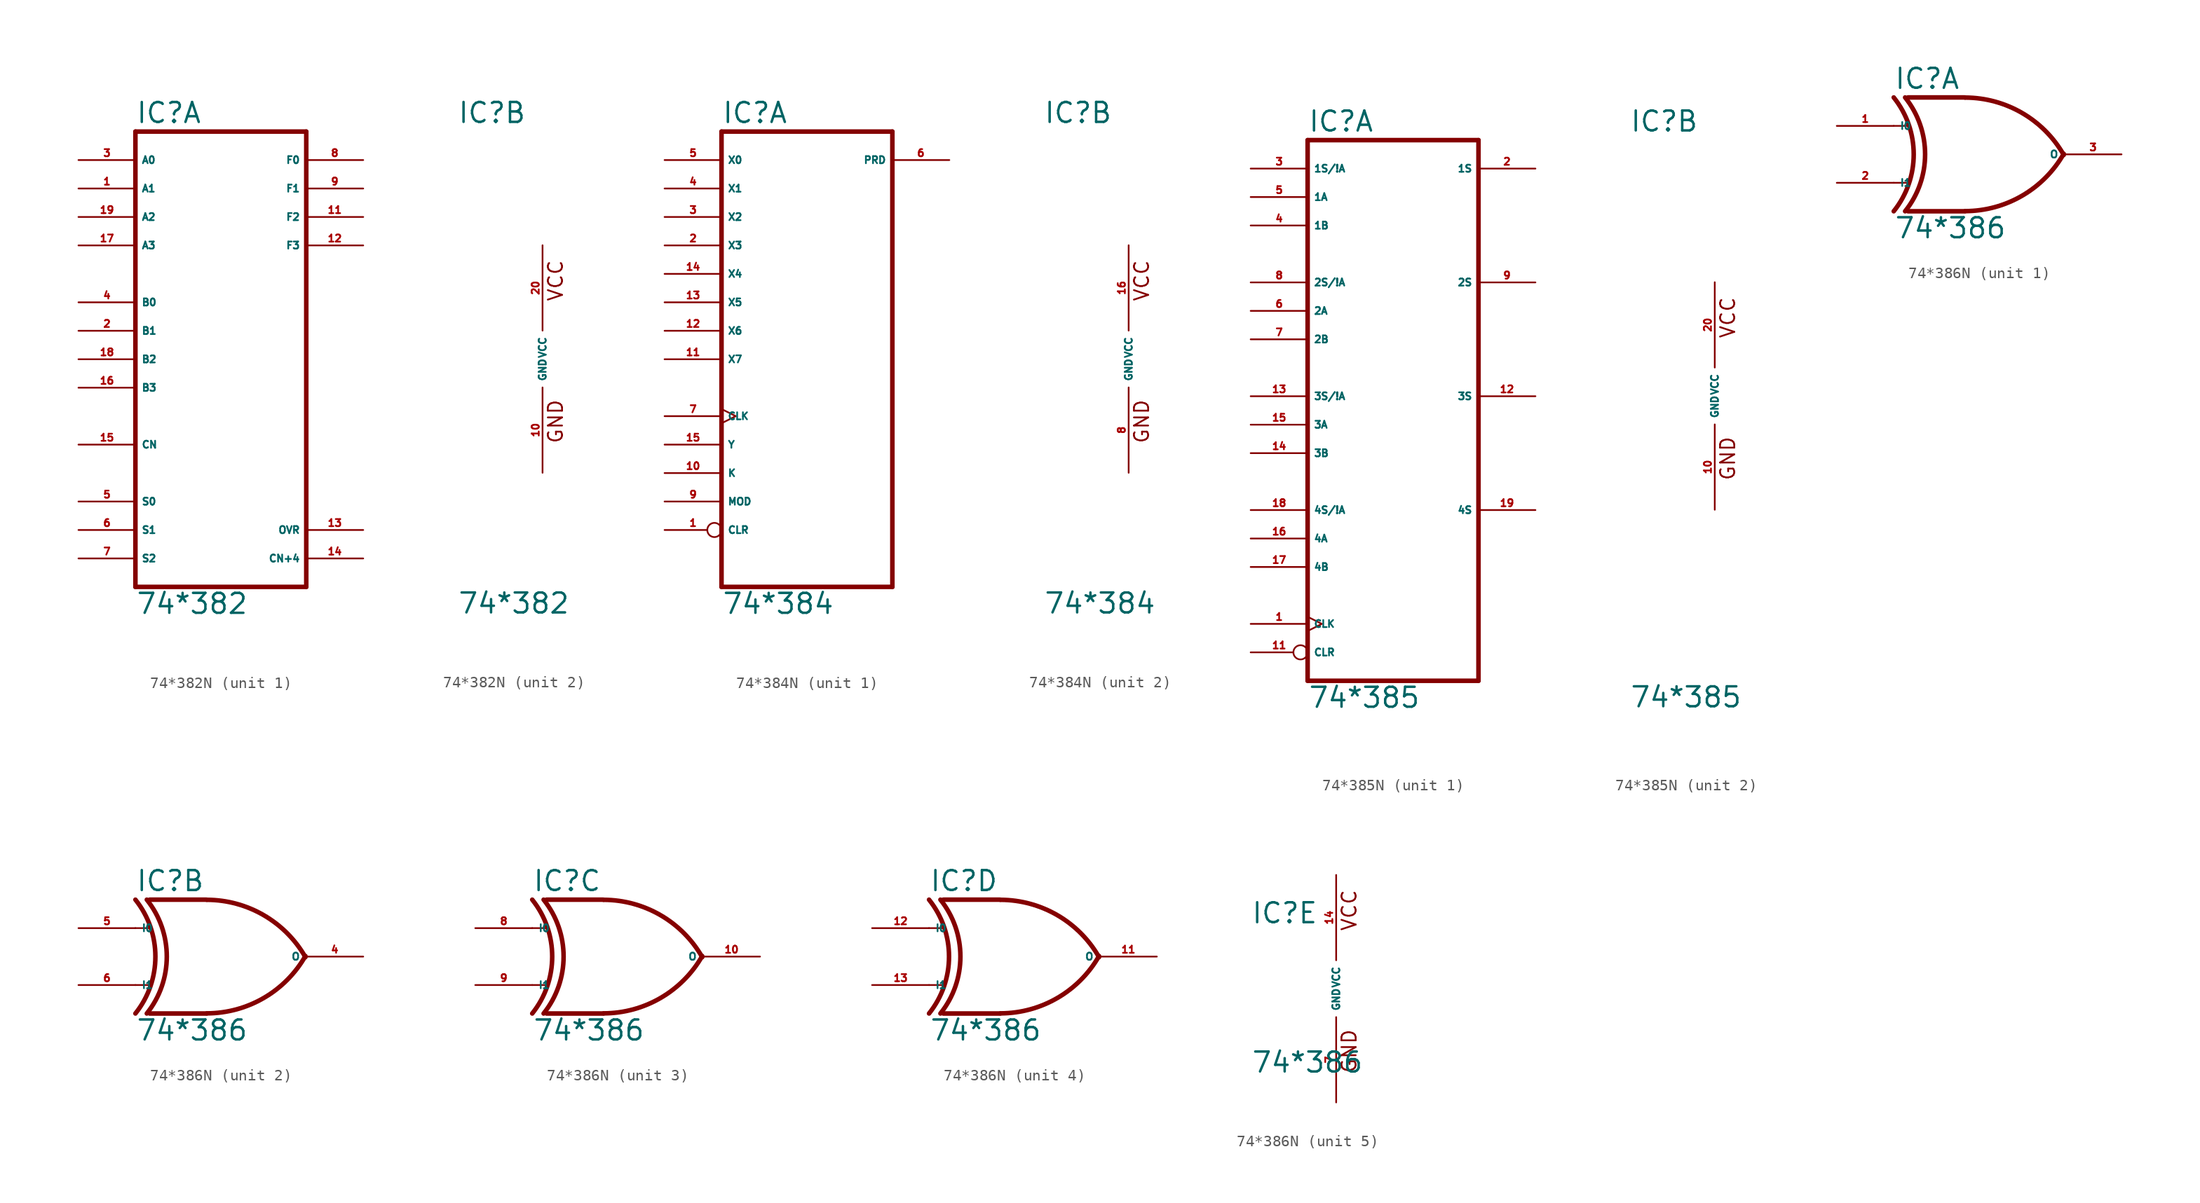
<source format=kicad_sym>
(kicad_symbol_lib
  (version 20220914)
  (generator Eagle2Kicad)
  (symbol "74*382N"
    (property "Reference" "IC"
      (at -7.62 20.955 0)
      (effects (font (size 1.778 1.778) (thickness 0.22)) (justify left bottom)))
    (property "Value" "74*382"
      (at -7.62 -22.86 0)
      (effects (font (size 1.778 1.778) (thickness 0.22)) (justify left bottom)))
    (symbol "74*382N_1_0"
      (polyline (pts (xy -7.62 -20.32) (xy 7.62 -20.32)) (stroke (width 0.406) (type default)) (fill (type none)))
      (polyline (pts (xy 7.62 -20.32) (xy 7.62 20.32)) (stroke (width 0.406) (type default)) (fill (type none)))
      (polyline (pts (xy 7.62 20.32) (xy -7.62 20.32)) (stroke (width 0.406) (type default)) (fill (type none)))
      (polyline (pts (xy -7.62 20.32) (xy -7.62 -20.32)) (stroke (width 0.406) (type default)) (fill (type none)))
      (pin input line (at -12.7 15.24 0) (length 5.08) (name "A1" (effects (font (size 0.635 0.635) (thickness 0.08)) (justify left bottom))) (number "1" (effects (font (size 0.635 0.635) (thickness 0.08)) (justify left bottom))))
      (pin input line (at -12.7 2.54 0) (length 5.08) (name "B1" (effects (font (size 0.635 0.635) (thickness 0.08)) (justify left bottom))) (number "2" (effects (font (size 0.635 0.635) (thickness 0.08)) (justify left bottom))))
      (pin input line (at -12.7 17.78 0) (length 5.08) (name "A0" (effects (font (size 0.635 0.635) (thickness 0.08)) (justify left bottom))) (number "3" (effects (font (size 0.635 0.635) (thickness 0.08)) (justify left bottom))))
      (pin input line (at -12.7 5.08 0) (length 5.08) (name "B0" (effects (font (size 0.635 0.635) (thickness 0.08)) (justify left bottom))) (number "4" (effects (font (size 0.635 0.635) (thickness 0.08)) (justify left bottom))))
      (pin input line (at -12.7 -12.7 0) (length 5.08) (name "S0" (effects (font (size 0.635 0.635) (thickness 0.08)) (justify left bottom))) (number "5" (effects (font (size 0.635 0.635) (thickness 0.08)) (justify left bottom))))
      (pin input line (at -12.7 -15.24 0) (length 5.08) (name "S1" (effects (font (size 0.635 0.635) (thickness 0.08)) (justify left bottom))) (number "6" (effects (font (size 0.635 0.635) (thickness 0.08)) (justify left bottom))))
      (pin input line (at -12.7 -17.78 0) (length 5.08) (name "S2" (effects (font (size 0.635 0.635) (thickness 0.08)) (justify left bottom))) (number "7" (effects (font (size 0.635 0.635) (thickness 0.08)) (justify left bottom))))
      (pin output line (at 12.7 17.78 180) (length 5.08) (name "F0" (effects (font (size 0.635 0.635) (thickness 0.08)) (justify left bottom))) (number "8" (effects (font (size 0.635 0.635) (thickness 0.08)) (justify left bottom))))
      (pin output line (at 12.7 15.24 180) (length 5.08) (name "F1" (effects (font (size 0.635 0.635) (thickness 0.08)) (justify left bottom))) (number "9" (effects (font (size 0.635 0.635) (thickness 0.08)) (justify left bottom))))
      (pin output line (at 12.7 12.7 180) (length 5.08) (name "F2" (effects (font (size 0.635 0.635) (thickness 0.08)) (justify left bottom))) (number "11" (effects (font (size 0.635 0.635) (thickness 0.08)) (justify left bottom))))
      (pin output line (at 12.7 10.16 180) (length 5.08) (name "F3" (effects (font (size 0.635 0.635) (thickness 0.08)) (justify left bottom))) (number "12" (effects (font (size 0.635 0.635) (thickness 0.08)) (justify left bottom))))
      (pin output line (at 12.7 -15.24 180) (length 5.08) (name "OVR" (effects (font (size 0.635 0.635) (thickness 0.08)) (justify left bottom))) (number "13" (effects (font (size 0.635 0.635) (thickness 0.08)) (justify left bottom))))
      (pin output line (at 12.7 -17.78 180) (length 5.08) (name "CN+4" (effects (font (size 0.635 0.635) (thickness 0.08)) (justify left bottom))) (number "14" (effects (font (size 0.635 0.635) (thickness 0.08)) (justify left bottom))))
      (pin input line (at -12.7 -7.62 0) (length 5.08) (name "CN" (effects (font (size 0.635 0.635) (thickness 0.08)) (justify left bottom))) (number "15" (effects (font (size 0.635 0.635) (thickness 0.08)) (justify left bottom))))
      (pin input line (at -12.7 -2.54 0) (length 5.08) (name "B3" (effects (font (size 0.635 0.635) (thickness 0.08)) (justify left bottom))) (number "16" (effects (font (size 0.635 0.635) (thickness 0.08)) (justify left bottom))))
      (pin input line (at -12.7 10.16 0) (length 5.08) (name "A3" (effects (font (size 0.635 0.635) (thickness 0.08)) (justify left bottom))) (number "17" (effects (font (size 0.635 0.635) (thickness 0.08)) (justify left bottom))))
      (pin input line (at -12.7 0 0) (length 5.08) (name "B2" (effects (font (size 0.635 0.635) (thickness 0.08)) (justify left bottom))) (number "18" (effects (font (size 0.635 0.635) (thickness 0.08)) (justify left bottom))))
      (pin input line (at -12.7 12.7 0) (length 5.08) (name "A2" (effects (font (size 0.635 0.635) (thickness 0.08)) (justify left bottom))) (number "19" (effects (font (size 0.635 0.635) (thickness 0.08)) (justify left bottom)))))
    (symbol "74*382N_2_0"
      (text "GND" (at 1.905 -7.62 900) (effects (font (size 1.27 1.27) (thickness 0.16)) (justify left bottom)))
      (text "VCC" (at 1.905 5.08 900) (effects (font (size 1.27 1.27) (thickness 0.16)) (justify left bottom)))
      (pin unspecified line (at 0 -10.16 90) (length 7.62) (name "GND" (effects (font (size 0.635 0.635) (thickness 0.08)) (justify left bottom))) (number "10" (effects (font (size 0.635 0.635) (thickness 0.08)) (justify left bottom))))
      (pin unspecified line (at 0 10.16 270) (length 7.62) (name "VCC" (effects (font (size 0.635 0.635) (thickness 0.08)) (justify left bottom))) (number "20" (effects (font (size 0.635 0.635) (thickness 0.08)) (justify left bottom))))))
  (symbol "74*384N"
    (property "Reference" "IC"
      (at -7.62 20.955 0)
      (effects (font (size 1.778 1.778) (thickness 0.22)) (justify left bottom)))
    (property "Value" "74*384"
      (at -7.62 -22.86 0)
      (effects (font (size 1.778 1.778) (thickness 0.22)) (justify left bottom)))
    (symbol "74*384N_1_0"
      (polyline (pts (xy -7.62 -20.32) (xy 7.62 -20.32)) (stroke (width 0.406) (type default)) (fill (type none)))
      (polyline (pts (xy 7.62 -20.32) (xy 7.62 20.32)) (stroke (width 0.406) (type default)) (fill (type none)))
      (polyline (pts (xy 7.62 20.32) (xy -7.62 20.32)) (stroke (width 0.406) (type default)) (fill (type none)))
      (polyline (pts (xy -7.62 20.32) (xy -7.62 -20.32)) (stroke (width 0.406) (type default)) (fill (type none)))
      (pin input inverted (at -12.7 -15.24 0) (length 5.08) (name "CLR" (effects (font (size 0.635 0.635) (thickness 0.08)) (justify left bottom))) (number "1" (effects (font (size 0.635 0.635) (thickness 0.08)) (justify left bottom))))
      (pin input line (at -12.7 10.16 0) (length 5.08) (name "X3" (effects (font (size 0.635 0.635) (thickness 0.08)) (justify left bottom))) (number "2" (effects (font (size 0.635 0.635) (thickness 0.08)) (justify left bottom))))
      (pin input line (at -12.7 12.7 0) (length 5.08) (name "X2" (effects (font (size 0.635 0.635) (thickness 0.08)) (justify left bottom))) (number "3" (effects (font (size 0.635 0.635) (thickness 0.08)) (justify left bottom))))
      (pin input line (at -12.7 15.24 0) (length 5.08) (name "X1" (effects (font (size 0.635 0.635) (thickness 0.08)) (justify left bottom))) (number "4" (effects (font (size 0.635 0.635) (thickness 0.08)) (justify left bottom))))
      (pin input line (at -12.7 17.78 0) (length 5.08) (name "X0" (effects (font (size 0.635 0.635) (thickness 0.08)) (justify left bottom))) (number "5" (effects (font (size 0.635 0.635) (thickness 0.08)) (justify left bottom))))
      (pin output line (at 12.7 17.78 180) (length 5.08) (name "PRD" (effects (font (size 0.635 0.635) (thickness 0.08)) (justify left bottom))) (number "6" (effects (font (size 0.635 0.635) (thickness 0.08)) (justify left bottom))))
      (pin input clock (at -12.7 -5.08 0) (length 5.08) (name "CLK" (effects (font (size 0.635 0.635) (thickness 0.08)) (justify left bottom))) (number "7" (effects (font (size 0.635 0.635) (thickness 0.08)) (justify left bottom))))
      (pin input line (at -12.7 -12.7 0) (length 5.08) (name "MOD" (effects (font (size 0.635 0.635) (thickness 0.08)) (justify left bottom))) (number "9" (effects (font (size 0.635 0.635) (thickness 0.08)) (justify left bottom))))
      (pin input line (at -12.7 -10.16 0) (length 5.08) (name "K" (effects (font (size 0.635 0.635) (thickness 0.08)) (justify left bottom))) (number "10" (effects (font (size 0.635 0.635) (thickness 0.08)) (justify left bottom))))
      (pin input line (at -12.7 0 0) (length 5.08) (name "X7" (effects (font (size 0.635 0.635) (thickness 0.08)) (justify left bottom))) (number "11" (effects (font (size 0.635 0.635) (thickness 0.08)) (justify left bottom))))
      (pin input line (at -12.7 2.54 0) (length 5.08) (name "X6" (effects (font (size 0.635 0.635) (thickness 0.08)) (justify left bottom))) (number "12" (effects (font (size 0.635 0.635) (thickness 0.08)) (justify left bottom))))
      (pin input line (at -12.7 5.08 0) (length 5.08) (name "X5" (effects (font (size 0.635 0.635) (thickness 0.08)) (justify left bottom))) (number "13" (effects (font (size 0.635 0.635) (thickness 0.08)) (justify left bottom))))
      (pin input line (at -12.7 7.62 0) (length 5.08) (name "X4" (effects (font (size 0.635 0.635) (thickness 0.08)) (justify left bottom))) (number "14" (effects (font (size 0.635 0.635) (thickness 0.08)) (justify left bottom))))
      (pin input line (at -12.7 -7.62 0) (length 5.08) (name "Y" (effects (font (size 0.635 0.635) (thickness 0.08)) (justify left bottom))) (number "15" (effects (font (size 0.635 0.635) (thickness 0.08)) (justify left bottom)))))
    (symbol "74*384N_2_0"
      (text "GND" (at 1.905 -7.62 900) (effects (font (size 1.27 1.27) (thickness 0.16)) (justify left bottom)))
      (text "VCC" (at 1.905 5.08 900) (effects (font (size 1.27 1.27) (thickness 0.16)) (justify left bottom)))
      (pin unspecified line (at 0 -10.16 90) (length 7.62) (name "GND" (effects (font (size 0.635 0.635) (thickness 0.08)) (justify left bottom))) (number "8" (effects (font (size 0.635 0.635) (thickness 0.08)) (justify left bottom))))
      (pin unspecified line (at 0 10.16 270) (length 7.62) (name "VCC" (effects (font (size 0.635 0.635) (thickness 0.08)) (justify left bottom))) (number "16" (effects (font (size 0.635 0.635) (thickness 0.08)) (justify left bottom))))))
  (symbol "74*385N"
    (property "Reference" "IC"
      (at -7.62 23.495 0)
      (effects (font (size 1.778 1.778) (thickness 0.22)) (justify left bottom)))
    (property "Value" "74*385"
      (at -7.62 -27.94 0)
      (effects (font (size 1.778 1.778) (thickness 0.22)) (justify left bottom)))
    (symbol "74*385N_1_0"
      (polyline (pts (xy -7.62 -25.4) (xy 7.62 -25.4)) (stroke (width 0.406) (type default)) (fill (type none)))
      (polyline (pts (xy 7.62 -25.4) (xy 7.62 22.86)) (stroke (width 0.406) (type default)) (fill (type none)))
      (polyline (pts (xy 7.62 22.86) (xy -7.62 22.86)) (stroke (width 0.406) (type default)) (fill (type none)))
      (polyline (pts (xy -7.62 22.86) (xy -7.62 -25.4)) (stroke (width 0.406) (type default)) (fill (type none)))
      (pin input clock (at -12.7 -20.32 0) (length 5.08) (name "CLK" (effects (font (size 0.635 0.635) (thickness 0.08)) (justify left bottom))) (number "1" (effects (font (size 0.635 0.635) (thickness 0.08)) (justify left bottom))))
      (pin output line (at 12.7 20.32 180) (length 5.08) (name "1S" (effects (font (size 0.635 0.635) (thickness 0.08)) (justify left bottom))) (number "2" (effects (font (size 0.635 0.635) (thickness 0.08)) (justify left bottom))))
      (pin input line (at -12.7 20.32 0) (length 5.08) (name "1S/!A" (effects (font (size 0.635 0.635) (thickness 0.08)) (justify left bottom))) (number "3" (effects (font (size 0.635 0.635) (thickness 0.08)) (justify left bottom))))
      (pin input line (at -12.7 15.24 0) (length 5.08) (name "1B" (effects (font (size 0.635 0.635) (thickness 0.08)) (justify left bottom))) (number "4" (effects (font (size 0.635 0.635) (thickness 0.08)) (justify left bottom))))
      (pin input line (at -12.7 17.78 0) (length 5.08) (name "1A" (effects (font (size 0.635 0.635) (thickness 0.08)) (justify left bottom))) (number "5" (effects (font (size 0.635 0.635) (thickness 0.08)) (justify left bottom))))
      (pin input line (at -12.7 7.62 0) (length 5.08) (name "2A" (effects (font (size 0.635 0.635) (thickness 0.08)) (justify left bottom))) (number "6" (effects (font (size 0.635 0.635) (thickness 0.08)) (justify left bottom))))
      (pin input line (at -12.7 5.08 0) (length 5.08) (name "2B" (effects (font (size 0.635 0.635) (thickness 0.08)) (justify left bottom))) (number "7" (effects (font (size 0.635 0.635) (thickness 0.08)) (justify left bottom))))
      (pin input line (at -12.7 10.16 0) (length 5.08) (name "2S/!A" (effects (font (size 0.635 0.635) (thickness 0.08)) (justify left bottom))) (number "8" (effects (font (size 0.635 0.635) (thickness 0.08)) (justify left bottom))))
      (pin output line (at 12.7 10.16 180) (length 5.08) (name "2S" (effects (font (size 0.635 0.635) (thickness 0.08)) (justify left bottom))) (number "9" (effects (font (size 0.635 0.635) (thickness 0.08)) (justify left bottom))))
      (pin input inverted (at -12.7 -22.86 0) (length 5.08) (name "CLR" (effects (font (size 0.635 0.635) (thickness 0.08)) (justify left bottom))) (number "11" (effects (font (size 0.635 0.635) (thickness 0.08)) (justify left bottom))))
      (pin output line (at 12.7 0 180) (length 5.08) (name "3S" (effects (font (size 0.635 0.635) (thickness 0.08)) (justify left bottom))) (number "12" (effects (font (size 0.635 0.635) (thickness 0.08)) (justify left bottom))))
      (pin input line (at -12.7 0 0) (length 5.08) (name "3S/!A" (effects (font (size 0.635 0.635) (thickness 0.08)) (justify left bottom))) (number "13" (effects (font (size 0.635 0.635) (thickness 0.08)) (justify left bottom))))
      (pin input line (at -12.7 -5.08 0) (length 5.08) (name "3B" (effects (font (size 0.635 0.635) (thickness 0.08)) (justify left bottom))) (number "14" (effects (font (size 0.635 0.635) (thickness 0.08)) (justify left bottom))))
      (pin input line (at -12.7 -2.54 0) (length 5.08) (name "3A" (effects (font (size 0.635 0.635) (thickness 0.08)) (justify left bottom))) (number "15" (effects (font (size 0.635 0.635) (thickness 0.08)) (justify left bottom))))
      (pin input line (at -12.7 -12.7 0) (length 5.08) (name "4A" (effects (font (size 0.635 0.635) (thickness 0.08)) (justify left bottom))) (number "16" (effects (font (size 0.635 0.635) (thickness 0.08)) (justify left bottom))))
      (pin input line (at -12.7 -15.24 0) (length 5.08) (name "4B" (effects (font (size 0.635 0.635) (thickness 0.08)) (justify left bottom))) (number "17" (effects (font (size 0.635 0.635) (thickness 0.08)) (justify left bottom))))
      (pin input line (at -12.7 -10.16 0) (length 5.08) (name "4S/!A" (effects (font (size 0.635 0.635) (thickness 0.08)) (justify left bottom))) (number "18" (effects (font (size 0.635 0.635) (thickness 0.08)) (justify left bottom))))
      (pin output line (at 12.7 -10.16 180) (length 5.08) (name "4S" (effects (font (size 0.635 0.635) (thickness 0.08)) (justify left bottom))) (number "19" (effects (font (size 0.635 0.635) (thickness 0.08)) (justify left bottom)))))
    (symbol "74*385N_2_0"
      (text "GND" (at 1.905 -7.62 900) (effects (font (size 1.27 1.27) (thickness 0.16)) (justify left bottom)))
      (text "VCC" (at 1.905 5.08 900) (effects (font (size 1.27 1.27) (thickness 0.16)) (justify left bottom)))
      (pin unspecified line (at 0 -10.16 90) (length 7.62) (name "GND" (effects (font (size 0.635 0.635) (thickness 0.08)) (justify left bottom))) (number "10" (effects (font (size 0.635 0.635) (thickness 0.08)) (justify left bottom))))
      (pin unspecified line (at 0 10.16 270) (length 7.62) (name "VCC" (effects (font (size 0.635 0.635) (thickness 0.08)) (justify left bottom))) (number "20" (effects (font (size 0.635 0.635) (thickness 0.08)) (justify left bottom))))))
  (symbol "74*386N"
    (property "Reference" "IC"
      (at -7.62 5.715 0)
      (effects (font (size 1.778 1.778) (thickness 0.22)) (justify left bottom)))
    (property "Value" "74*386"
      (at -7.62 -7.62 0)
      (effects (font (size 1.778 1.778) (thickness 0.22)) (justify left bottom)))
    (symbol "74*386N_1_0"
      (polyline (pts (xy -1.27 5.08) (xy -6.35 5.08)) (stroke (width 0.406) (type default)) (fill (type none)))
      (polyline (pts (xy -1.27 -5.08) (xy -6.35 -5.08)) (stroke (width 0.406) (type default)) (fill (type none)))
      (polyline (pts (xy -7.62 2.54) (xy -6.35 2.54)) (stroke (width 0.152) (type default)) (fill (type none)))
      (polyline (pts (xy -7.62 -2.54) (xy -6.35 -2.54)) (stroke (width 0.152) (type default)) (fill (type none)))
      (arc (start -1.2446 -5.0678) (mid 3.837 -3.689) (end 7.5439 0.0507) (stroke (width 0.4064) (type default)) (fill (type none)))
      (arc (start 7.5442 -0.0505) (mid 3.837 3.689) (end -1.2446 5.0678) (stroke (width 0.4064) (type default)) (fill (type none)))
      (arc (start -6.604 -5.08) (mid -4.822 0.000) (end -6.604 5.08) (stroke (width 0.4064) (type default)) (fill (type none)))
      (arc (start -7.62 -5.08) (mid -5.838 0.000) (end -7.62 5.08) (stroke (width 0.4064) (type default)) (fill (type none)))
      (pin input line (at -12.7 2.54 0) (length 5.08) (name "I0" (effects (font (size 0.635 0.635) (thickness 0.08)) (justify left bottom))) (number "1" (effects (font (size 0.635 0.635) (thickness 0.08)) (justify left bottom))))
      (pin input line (at -12.7 -2.54 0) (length 5.08) (name "I1" (effects (font (size 0.635 0.635) (thickness 0.08)) (justify left bottom))) (number "2" (effects (font (size 0.635 0.635) (thickness 0.08)) (justify left bottom))))
      (pin output line (at 12.7 0 180) (length 5.08) (name "O" (effects (font (size 0.635 0.635) (thickness 0.08)) (justify left bottom))) (number "3" (effects (font (size 0.635 0.635) (thickness 0.08)) (justify left bottom)))))
    (symbol "74*386N_2_0"
      (polyline (pts (xy -1.27 5.08) (xy -6.35 5.08)) (stroke (width 0.406) (type default)) (fill (type none)))
      (polyline (pts (xy -1.27 -5.08) (xy -6.35 -5.08)) (stroke (width 0.406) (type default)) (fill (type none)))
      (polyline (pts (xy -7.62 2.54) (xy -6.35 2.54)) (stroke (width 0.152) (type default)) (fill (type none)))
      (polyline (pts (xy -7.62 -2.54) (xy -6.35 -2.54)) (stroke (width 0.152) (type default)) (fill (type none)))
      (arc (start -1.2446 -5.0678) (mid 3.837 -3.689) (end 7.5439 0.0507) (stroke (width 0.4064) (type default)) (fill (type none)))
      (arc (start 7.5442 -0.0505) (mid 3.837 3.689) (end -1.2446 5.0678) (stroke (width 0.4064) (type default)) (fill (type none)))
      (arc (start -6.604 -5.08) (mid -4.822 0.000) (end -6.604 5.08) (stroke (width 0.4064) (type default)) (fill (type none)))
      (arc (start -7.62 -5.08) (mid -5.838 0.000) (end -7.62 5.08) (stroke (width 0.4064) (type default)) (fill (type none)))
      (pin input line (at -12.7 2.54 0) (length 5.08) (name "I0" (effects (font (size 0.635 0.635) (thickness 0.08)) (justify left bottom))) (number "5" (effects (font (size 0.635 0.635) (thickness 0.08)) (justify left bottom))))
      (pin input line (at -12.7 -2.54 0) (length 5.08) (name "I1" (effects (font (size 0.635 0.635) (thickness 0.08)) (justify left bottom))) (number "6" (effects (font (size 0.635 0.635) (thickness 0.08)) (justify left bottom))))
      (pin output line (at 12.7 0 180) (length 5.08) (name "O" (effects (font (size 0.635 0.635) (thickness 0.08)) (justify left bottom))) (number "4" (effects (font (size 0.635 0.635) (thickness 0.08)) (justify left bottom)))))
    (symbol "74*386N_3_0"
      (polyline (pts (xy -1.27 5.08) (xy -6.35 5.08)) (stroke (width 0.406) (type default)) (fill (type none)))
      (polyline (pts (xy -1.27 -5.08) (xy -6.35 -5.08)) (stroke (width 0.406) (type default)) (fill (type none)))
      (polyline (pts (xy -7.62 2.54) (xy -6.35 2.54)) (stroke (width 0.152) (type default)) (fill (type none)))
      (polyline (pts (xy -7.62 -2.54) (xy -6.35 -2.54)) (stroke (width 0.152) (type default)) (fill (type none)))
      (arc (start -1.2446 -5.0678) (mid 3.837 -3.689) (end 7.5439 0.0507) (stroke (width 0.4064) (type default)) (fill (type none)))
      (arc (start 7.5442 -0.0505) (mid 3.837 3.689) (end -1.2446 5.0678) (stroke (width 0.4064) (type default)) (fill (type none)))
      (arc (start -6.604 -5.08) (mid -4.822 0.000) (end -6.604 5.08) (stroke (width 0.4064) (type default)) (fill (type none)))
      (arc (start -7.62 -5.08) (mid -5.838 0.000) (end -7.62 5.08) (stroke (width 0.4064) (type default)) (fill (type none)))
      (pin input line (at -12.7 2.54 0) (length 5.08) (name "I0" (effects (font (size 0.635 0.635) (thickness 0.08)) (justify left bottom))) (number "8" (effects (font (size 0.635 0.635) (thickness 0.08)) (justify left bottom))))
      (pin input line (at -12.7 -2.54 0) (length 5.08) (name "I1" (effects (font (size 0.635 0.635) (thickness 0.08)) (justify left bottom))) (number "9" (effects (font (size 0.635 0.635) (thickness 0.08)) (justify left bottom))))
      (pin output line (at 12.7 0 180) (length 5.08) (name "O" (effects (font (size 0.635 0.635) (thickness 0.08)) (justify left bottom))) (number "10" (effects (font (size 0.635 0.635) (thickness 0.08)) (justify left bottom)))))
    (symbol "74*386N_4_0"
      (polyline (pts (xy -1.27 5.08) (xy -6.35 5.08)) (stroke (width 0.406) (type default)) (fill (type none)))
      (polyline (pts (xy -1.27 -5.08) (xy -6.35 -5.08)) (stroke (width 0.406) (type default)) (fill (type none)))
      (polyline (pts (xy -7.62 2.54) (xy -6.35 2.54)) (stroke (width 0.152) (type default)) (fill (type none)))
      (polyline (pts (xy -7.62 -2.54) (xy -6.35 -2.54)) (stroke (width 0.152) (type default)) (fill (type none)))
      (arc (start -1.2446 -5.0678) (mid 3.837 -3.689) (end 7.5439 0.0507) (stroke (width 0.4064) (type default)) (fill (type none)))
      (arc (start 7.5442 -0.0505) (mid 3.837 3.689) (end -1.2446 5.0678) (stroke (width 0.4064) (type default)) (fill (type none)))
      (arc (start -6.604 -5.08) (mid -4.822 0.000) (end -6.604 5.08) (stroke (width 0.4064) (type default)) (fill (type none)))
      (arc (start -7.62 -5.08) (mid -5.838 0.000) (end -7.62 5.08) (stroke (width 0.4064) (type default)) (fill (type none)))
      (pin input line (at -12.7 2.54 0) (length 5.08) (name "I0" (effects (font (size 0.635 0.635) (thickness 0.08)) (justify left bottom))) (number "12" (effects (font (size 0.635 0.635) (thickness 0.08)) (justify left bottom))))
      (pin input line (at -12.7 -2.54 0) (length 5.08) (name "I1" (effects (font (size 0.635 0.635) (thickness 0.08)) (justify left bottom))) (number "13" (effects (font (size 0.635 0.635) (thickness 0.08)) (justify left bottom))))
      (pin output line (at 12.7 0 180) (length 5.08) (name "O" (effects (font (size 0.635 0.635) (thickness 0.08)) (justify left bottom))) (number "11" (effects (font (size 0.635 0.635) (thickness 0.08)) (justify left bottom)))))
    (symbol "74*386N_5_0"
      (text "GND" (at 1.905 -7.62 900) (effects (font (size 1.27 1.27) (thickness 0.16)) (justify left bottom)))
      (text "VCC" (at 1.905 5.08 900) (effects (font (size 1.27 1.27) (thickness 0.16)) (justify left bottom)))
      (pin unspecified line (at 0 -10.16 90) (length 7.62) (name "GND" (effects (font (size 0.635 0.635) (thickness 0.08)) (justify left bottom))) (number "7" (effects (font (size 0.635 0.635) (thickness 0.08)) (justify left bottom))))
      (pin unspecified line (at 0 10.16 270) (length 7.62) (name "VCC" (effects (font (size 0.635 0.635) (thickness 0.08)) (justify left bottom))) (number "14" (effects (font (size 0.635 0.635) (thickness 0.08)) (justify left bottom)))))))
</source>
